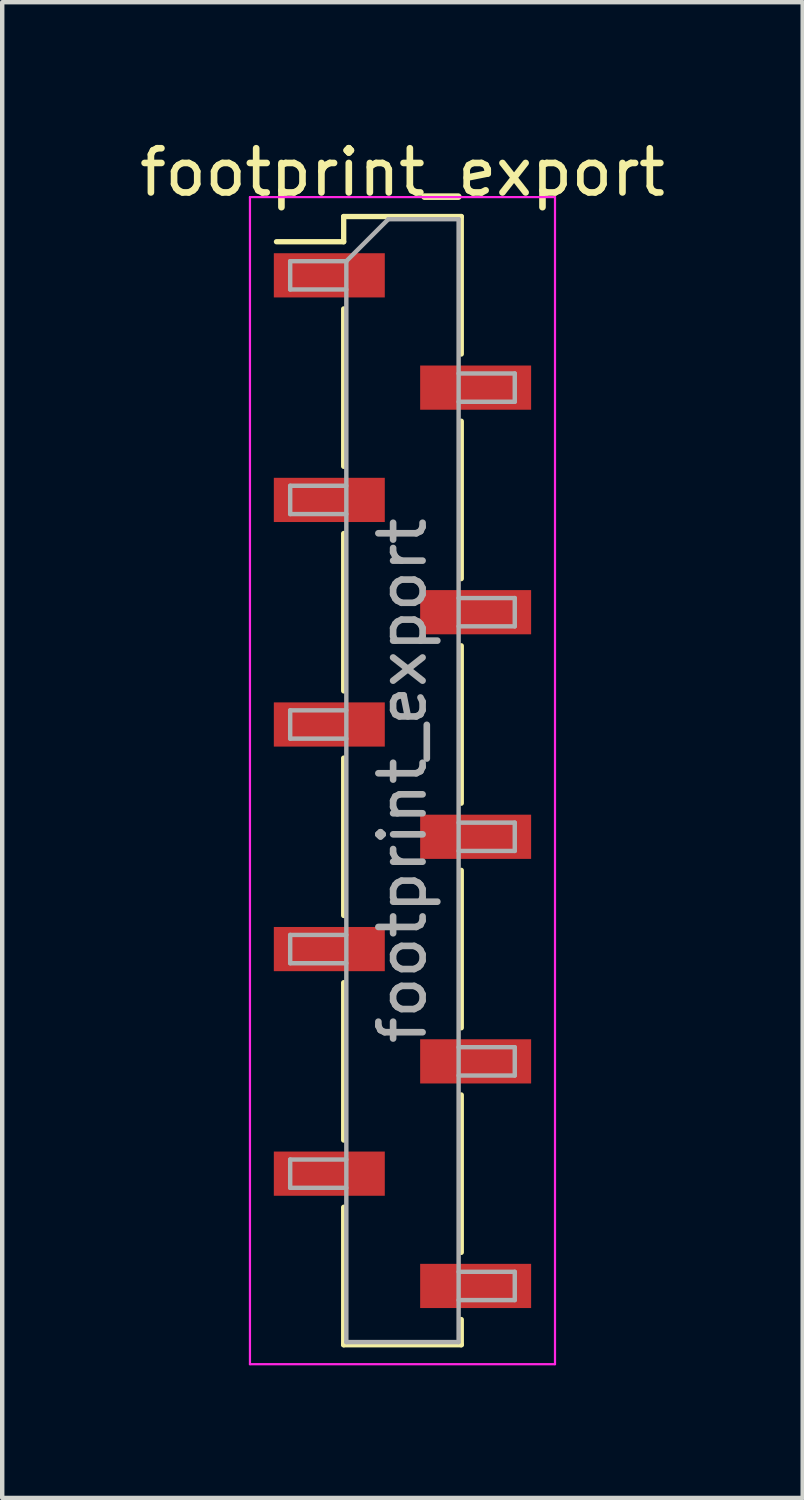
<source format=kicad_pcb>
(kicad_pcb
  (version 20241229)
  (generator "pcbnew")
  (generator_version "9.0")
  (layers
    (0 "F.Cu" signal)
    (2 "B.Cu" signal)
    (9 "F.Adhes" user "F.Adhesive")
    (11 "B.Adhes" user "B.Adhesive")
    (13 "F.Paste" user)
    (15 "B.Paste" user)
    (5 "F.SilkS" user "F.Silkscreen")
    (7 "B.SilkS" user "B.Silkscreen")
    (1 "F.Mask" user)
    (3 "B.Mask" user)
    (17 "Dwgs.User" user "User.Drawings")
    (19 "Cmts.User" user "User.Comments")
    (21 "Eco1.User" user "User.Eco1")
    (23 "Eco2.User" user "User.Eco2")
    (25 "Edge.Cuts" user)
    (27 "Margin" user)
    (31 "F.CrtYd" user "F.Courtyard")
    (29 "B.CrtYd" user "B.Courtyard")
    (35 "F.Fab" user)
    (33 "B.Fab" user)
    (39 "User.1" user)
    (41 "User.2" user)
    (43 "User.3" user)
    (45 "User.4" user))
  (footprint "footprint_export"
    (layer "F.Cu")
    (at 6.054 14.608)
    (property "Reference" "footprint_export" (at 0 -13.76 0) (layer "F.SilkS") (effects (font (size 1 1) (thickness 0.15))))
    (attr smd)
    (fp_line (start -1.33 -12.76) (end -1.33 -12.19) (stroke (width 0.12) (type solid)) (layer "F.SilkS"))
    (fp_line (start -1.33 -12.76) (end 1.33 -12.76) (stroke (width 0.12) (type solid)) (layer "F.SilkS"))
    (fp_line (start -1.33 -12.19) (end -2.85 -12.19) (stroke (width 0.12) (type solid)) (layer "F.SilkS"))
    (fp_line (start -1.33 -10.67) (end -1.33 -7.11) (stroke (width 0.12) (type solid)) (layer "F.SilkS"))
    (fp_line (start -1.33 -5.59) (end -1.33 -2.03) (stroke (width 0.12) (type solid)) (layer "F.SilkS"))
    (fp_line (start -1.33 -0.51) (end -1.33 3.05) (stroke (width 0.12) (type solid)) (layer "F.SilkS"))
    (fp_line (start -1.33 4.57) (end -1.33 8.13) (stroke (width 0.12) (type solid)) (layer "F.SilkS"))
    (fp_line (start -1.33 9.65) (end -1.33 12.76) (stroke (width 0.12) (type solid)) (layer "F.SilkS"))
    (fp_line (start -1.33 12.76) (end 1.33 12.76) (stroke (width 0.12) (type solid)) (layer "F.SilkS"))
    (fp_line (start 1.33 -12.76) (end 1.33 -9.65) (stroke (width 0.12) (type solid)) (layer "F.SilkS"))
    (fp_line (start 1.33 -8.13) (end 1.33 -4.57) (stroke (width 0.12) (type solid)) (layer "F.SilkS"))
    (fp_line (start 1.33 -3.05) (end 1.33 0.51) (stroke (width 0.12) (type solid)) (layer "F.SilkS"))
    (fp_line (start 1.33 2.03) (end 1.33 5.59) (stroke (width 0.12) (type solid)) (layer "F.SilkS"))
    (fp_line (start 1.33 7.11) (end 1.33 10.67) (stroke (width 0.12) (type solid)) (layer "F.SilkS"))
    (fp_line (start 1.33 12.19) (end 1.33 12.76) (stroke (width 0.12) (type solid)) (layer "F.SilkS"))
    (fp_line (start -3.45 -13.2) (end -3.45 13.2) (stroke (width 0.05) (type solid)) (layer "F.CrtYd"))
    (fp_line (start -3.45 13.2) (end 3.45 13.2) (stroke (width 0.05) (type solid)) (layer "F.CrtYd"))
    (fp_line (start 3.45 -13.2) (end -3.45 -13.2) (stroke (width 0.05) (type solid)) (layer "F.CrtYd"))
    (fp_line (start 3.45 13.2) (end 3.45 -13.2) (stroke (width 0.05) (type solid)) (layer "F.CrtYd"))
    (fp_line (start -2.54 -11.75) (end -2.54 -11.11) (stroke (width 0.1) (type solid)) (layer "F.Fab"))
    (fp_line (start -2.54 -11.11) (end -1.27 -11.11) (stroke (width 0.1) (type solid)) (layer "F.Fab"))
    (fp_line (start -2.54 -6.67) (end -2.54 -6.03) (stroke (width 0.1) (type solid)) (layer "F.Fab"))
    (fp_line (start -2.54 -6.03) (end -1.27 -6.03) (stroke (width 0.1) (type solid)) (layer "F.Fab"))
    (fp_line (start -2.54 -1.59) (end -2.54 -0.95) (stroke (width 0.1) (type solid)) (layer "F.Fab"))
    (fp_line (start -2.54 -0.95) (end -1.27 -0.95) (stroke (width 0.1) (type solid)) (layer "F.Fab"))
    (fp_line (start -2.54 3.49) (end -2.54 4.13) (stroke (width 0.1) (type solid)) (layer "F.Fab"))
    (fp_line (start -2.54 4.13) (end -1.27 4.13) (stroke (width 0.1) (type solid)) (layer "F.Fab"))
    (fp_line (start -2.54 8.57) (end -2.54 9.21) (stroke (width 0.1) (type solid)) (layer "F.Fab"))
    (fp_line (start -2.54 9.21) (end -1.27 9.21) (stroke (width 0.1) (type solid)) (layer "F.Fab"))
    (fp_line (start -1.27 -11.75) (end -2.54 -11.75) (stroke (width 0.1) (type solid)) (layer "F.Fab"))
    (fp_line (start -1.27 -11.75) (end -0.32 -12.7) (stroke (width 0.1) (type solid)) (layer "F.Fab"))
    (fp_line (start -1.27 -6.67) (end -2.54 -6.67) (stroke (width 0.1) (type solid)) (layer "F.Fab"))
    (fp_line (start -1.27 -1.59) (end -2.54 -1.59) (stroke (width 0.1) (type solid)) (layer "F.Fab"))
    (fp_line (start -1.27 3.49) (end -2.54 3.49) (stroke (width 0.1) (type solid)) (layer "F.Fab"))
    (fp_line (start -1.27 8.57) (end -2.54 8.57) (stroke (width 0.1) (type solid)) (layer "F.Fab"))
    (fp_line (start -1.27 12.7) (end -1.27 -11.75) (stroke (width 0.1) (type solid)) (layer "F.Fab"))
    (fp_line (start -0.32 -12.7) (end 1.27 -12.7) (stroke (width 0.1) (type solid)) (layer "F.Fab"))
    (fp_line (start 1.27 -12.7) (end 1.27 12.7) (stroke (width 0.1) (type solid)) (layer "F.Fab"))
    (fp_line (start 1.27 -9.21) (end 2.54 -9.21) (stroke (width 0.1) (type solid)) (layer "F.Fab"))
    (fp_line (start 1.27 -4.13) (end 2.54 -4.13) (stroke (width 0.1) (type solid)) (layer "F.Fab"))
    (fp_line (start 1.27 0.95) (end 2.54 0.95) (stroke (width 0.1) (type solid)) (layer "F.Fab"))
    (fp_line (start 1.27 6.03) (end 2.54 6.03) (stroke (width 0.1) (type solid)) (layer "F.Fab"))
    (fp_line (start 1.27 11.11) (end 2.54 11.11) (stroke (width 0.1) (type solid)) (layer "F.Fab"))
    (fp_line (start 1.27 12.7) (end -1.27 12.7) (stroke (width 0.1) (type solid)) (layer "F.Fab"))
    (fp_line (start 2.54 -9.21) (end 2.54 -8.57) (stroke (width 0.1) (type solid)) (layer "F.Fab"))
    (fp_line (start 2.54 -8.57) (end 1.27 -8.57) (stroke (width 0.1) (type solid)) (layer "F.Fab"))
    (fp_line (start 2.54 -4.13) (end 2.54 -3.49) (stroke (width 0.1) (type solid)) (layer "F.Fab"))
    (fp_line (start 2.54 -3.49) (end 1.27 -3.49) (stroke (width 0.1) (type solid)) (layer "F.Fab"))
    (fp_line (start 2.54 0.95) (end 2.54 1.59) (stroke (width 0.1) (type solid)) (layer "F.Fab"))
    (fp_line (start 2.54 1.59) (end 1.27 1.59) (stroke (width 0.1) (type solid)) (layer "F.Fab"))
    (fp_line (start 2.54 6.03) (end 2.54 6.67) (stroke (width 0.1) (type solid)) (layer "F.Fab"))
    (fp_line (start 2.54 6.67) (end 1.27 6.67) (stroke (width 0.1) (type solid)) (layer "F.Fab"))
    (fp_line (start 2.54 11.11) (end 2.54 11.75) (stroke (width 0.1) (type solid)) (layer "F.Fab"))
    (fp_line (start 2.54 11.75) (end 1.27 11.75) (stroke (width 0.1) (type solid)) (layer "F.Fab"))
    (fp_text user "${REFERENCE}" (at 0 0 90) (layer "F.Fab") (effects (font (size 1 1) (thickness 0.15))))
    (pad "1" smd rect (at -1.655 -11.43) (size 2.51 1) (layers "F.Cu" "F.Mask" "F.Paste"))
    (pad "2" smd rect (at 1.655 -8.89) (size 2.51 1) (layers "F.Cu" "F.Mask" "F.Paste"))
    (pad "3" smd rect (at -1.655 -6.35) (size 2.51 1) (layers "F.Cu" "F.Mask" "F.Paste"))
    (pad "4" smd rect (at 1.655 -3.81) (size 2.51 1) (layers "F.Cu" "F.Mask" "F.Paste"))
    (pad "5" smd rect (at -1.655 -1.27) (size 2.51 1) (layers "F.Cu" "F.Mask" "F.Paste"))
    (pad "6" smd rect (at 1.655 1.27) (size 2.51 1) (layers "F.Cu" "F.Mask" "F.Paste"))
    (pad "7" smd rect (at -1.655 3.81) (size 2.51 1) (layers "F.Cu" "F.Mask" "F.Paste"))
    (pad "8" smd rect (at 1.655 6.35) (size 2.51 1) (layers "F.Cu" "F.Mask" "F.Paste"))
    (pad "9" smd rect (at -1.655 8.89) (size 2.51 1) (layers "F.Cu" "F.Mask" "F.Paste"))
    (pad "10" smd rect (at 1.655 11.43) (size 2.51 1) (layers "F.Cu" "F.Mask" "F.Paste")))
  (gr_rect
    (start -3 -3)
    (end 15.107 30.833)
    (stroke (width 0.1) (type default))
    (fill no)
    (layer "Edge.Cuts")))
</source>
